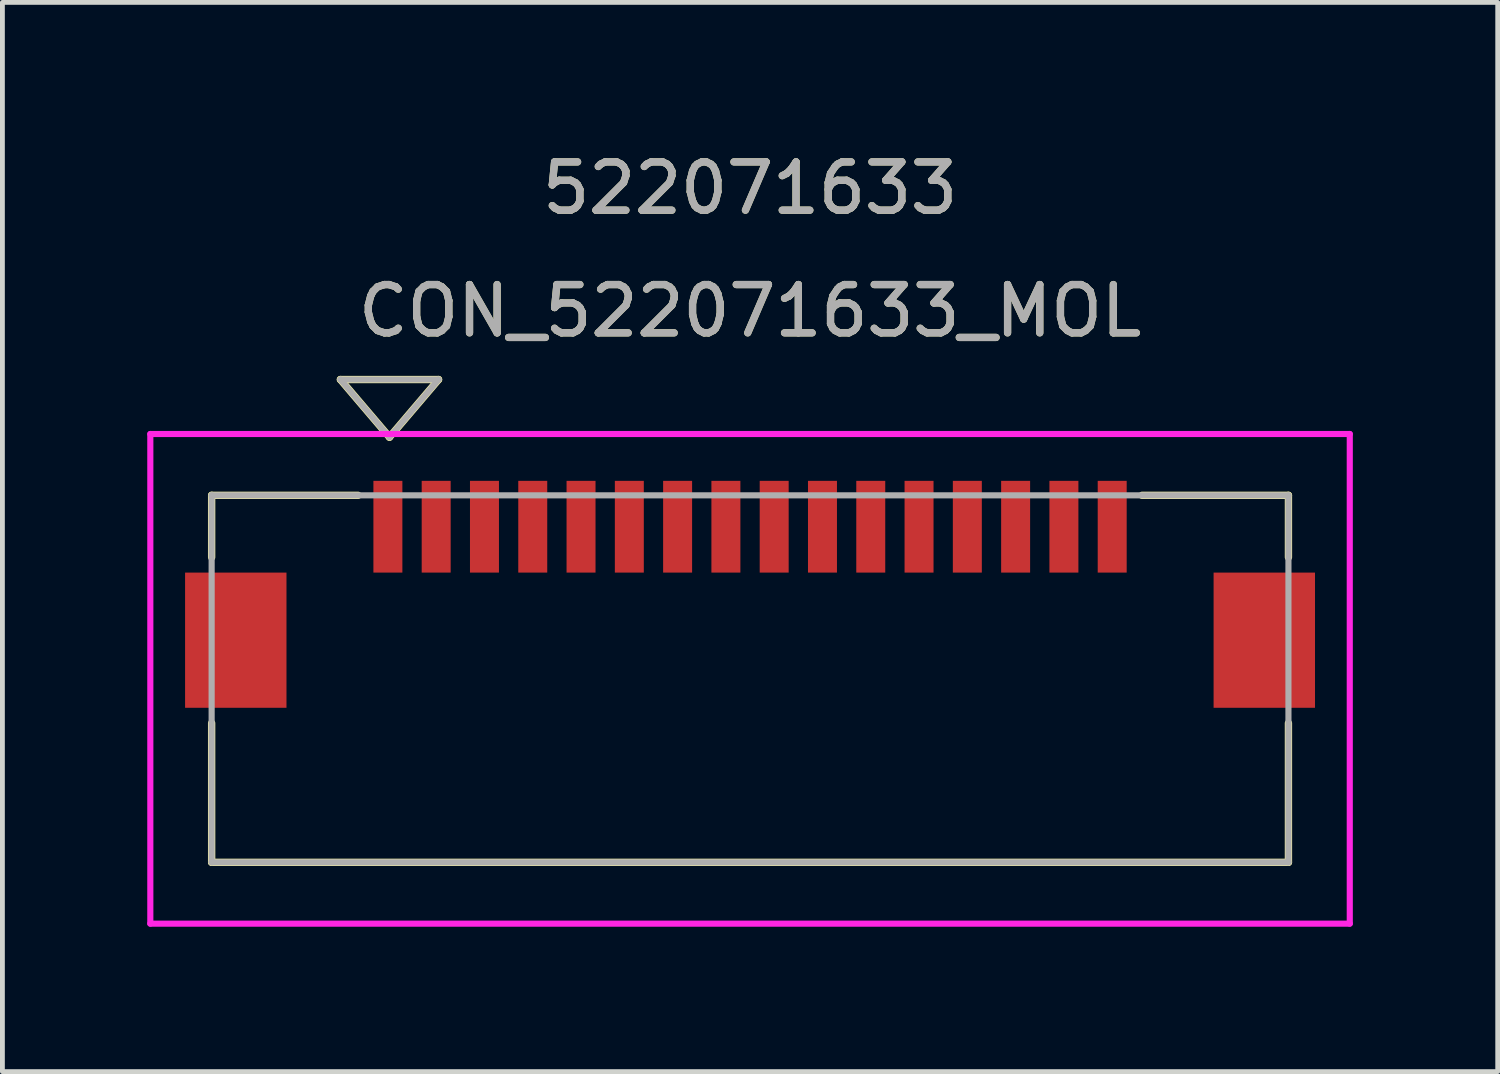
<source format=kicad_pcb>
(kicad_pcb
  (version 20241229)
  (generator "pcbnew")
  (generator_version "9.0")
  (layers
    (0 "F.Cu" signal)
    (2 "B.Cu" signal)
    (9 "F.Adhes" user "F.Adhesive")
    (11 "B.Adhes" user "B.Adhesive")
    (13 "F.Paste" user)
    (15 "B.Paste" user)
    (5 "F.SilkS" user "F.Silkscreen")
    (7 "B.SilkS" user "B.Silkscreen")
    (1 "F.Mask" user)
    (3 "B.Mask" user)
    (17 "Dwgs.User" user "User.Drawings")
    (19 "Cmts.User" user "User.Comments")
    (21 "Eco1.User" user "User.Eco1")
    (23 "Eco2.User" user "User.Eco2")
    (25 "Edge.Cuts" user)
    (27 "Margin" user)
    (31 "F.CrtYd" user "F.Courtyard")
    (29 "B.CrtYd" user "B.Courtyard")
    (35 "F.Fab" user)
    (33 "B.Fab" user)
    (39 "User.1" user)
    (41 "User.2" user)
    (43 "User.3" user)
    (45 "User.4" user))
  (footprint "CON_522071633_MOL"
    (layer "F.Cu")
    (at 12.483 11.008)
    (property "Reference" "CON_522071633_MOL" (at 0 -7.62 0) (unlocked yes) (layer "F.SilkS") (effects (font (size 1 1) (thickness 0.15))))
    (attr smd)
    (fp_line (start -11.15 -3.8) (end -11.15 -2.517) (stroke (width 0.152) (type solid)) (layer "F.SilkS"))
    (fp_line (start -11.15 0.918) (end -11.15 3.8) (stroke (width 0.152) (type solid)) (layer "F.SilkS"))
    (fp_line (start -11.15 3.8) (end 11.15 3.8) (stroke (width 0.152) (type solid)) (layer "F.SilkS"))
    (fp_line (start -8.483 -6.198) (end -7.467 -5.004) (stroke (width 0.152) (type solid)) (layer "F.SilkS"))
    (fp_line (start -8.483 -6.198) (end -6.451 -6.198) (stroke (width 0.152) (type solid)) (layer "F.SilkS"))
    (fp_line (start -8.117 -3.8) (end -11.15 -3.8) (stroke (width 0.152) (type solid)) (layer "F.SilkS"))
    (fp_line (start -6.451 -6.198) (end -7.467 -5.004) (stroke (width 0.152) (type solid)) (layer "F.SilkS"))
    (fp_line (start 11.15 -3.8) (end 8.118 -3.8) (stroke (width 0.152) (type solid)) (layer "F.SilkS"))
    (fp_line (start 11.15 -2.517) (end 11.15 -3.8) (stroke (width 0.152) (type solid)) (layer "F.SilkS"))
    (fp_line (start 11.15 3.8) (end 11.15 0.918) (stroke (width 0.152) (type solid)) (layer "F.SilkS"))
    (fp_line (start -12.42 -5.07) (end -12.42 5.07) (stroke (width 0.127) (type solid)) (layer "F.CrtYd"))
    (fp_line (start -12.42 5.07) (end 12.42 5.07) (stroke (width 0.127) (type solid)) (layer "F.CrtYd"))
    (fp_line (start 12.42 -5.07) (end -12.42 -5.07) (stroke (width 0.127) (type solid)) (layer "F.CrtYd"))
    (fp_line (start 12.42 5.07) (end 12.42 -5.07) (stroke (width 0.127) (type solid)) (layer "F.CrtYd"))
    (fp_line (start -11.15 -3.8) (end -11.15 3.8) (stroke (width 0.127) (type solid)) (layer "F.Fab"))
    (fp_line (start -11.15 3.8) (end 11.15 3.8) (stroke (width 0.127) (type solid)) (layer "F.Fab"))
    (fp_line (start -8.483 -6.198) (end -7.467 -5.004) (stroke (width 0.127) (type solid)) (layer "F.Fab"))
    (fp_line (start -8.483 -6.198) (end -6.451 -6.198) (stroke (width 0.127) (type solid)) (layer "F.Fab"))
    (fp_line (start -6.451 -6.198) (end -7.467 -5.004) (stroke (width 0.127) (type solid)) (layer "F.Fab"))
    (fp_line (start 11.15 -3.8) (end -11.15 -3.8) (stroke (width 0.127) (type solid)) (layer "F.Fab"))
    (fp_line (start 11.15 3.8) (end 11.15 -3.8) (stroke (width 0.127) (type solid)) (layer "F.Fab"))
    (fp_text user "522071633" (at 0 -10.16 0) (unlocked yes) (layer "F.SilkS") (effects (font (size 1 1) (thickness 0.15))))
    (fp_text user "${REFERENCE}" (at 0 -7.62 0) (unlocked yes) (layer "F.Fab") (effects (font (size 1 1) (thickness 0.15))))
    (fp_text user "522071633" (at 0 -10.16 0) (unlocked yes) (layer "F.Fab") (effects (font (size 1 1) (thickness 0.15))))
    (pad "1" smd rect (at -7.5 -3.15) (size 0.6 1.9) (layers "F.Cu" "F.Mask" "F.Paste"))
    (pad "2" smd rect (at -6.5 -3.15) (size 0.6 1.9) (layers "F.Cu" "F.Mask" "F.Paste"))
    (pad "3" smd rect (at -5.5 -3.15) (size 0.6 1.9) (layers "F.Cu" "F.Mask" "F.Paste"))
    (pad "4" smd rect (at -4.5 -3.15) (size 0.6 1.9) (layers "F.Cu" "F.Mask" "F.Paste"))
    (pad "5" smd rect (at -3.5 -3.15) (size 0.6 1.9) (layers "F.Cu" "F.Mask" "F.Paste"))
    (pad "6" smd rect (at -2.5 -3.15) (size 0.6 1.9) (layers "F.Cu" "F.Mask" "F.Paste"))
    (pad "7" smd rect (at -1.5 -3.15) (size 0.6 1.9) (layers "F.Cu" "F.Mask" "F.Paste"))
    (pad "8" smd rect (at -0.5 -3.15) (size 0.6 1.9) (layers "F.Cu" "F.Mask" "F.Paste"))
    (pad "9" smd rect (at 0.5 -3.15) (size 0.6 1.9) (layers "F.Cu" "F.Mask" "F.Paste"))
    (pad "10" smd rect (at 1.5 -3.15) (size 0.6 1.9) (layers "F.Cu" "F.Mask" "F.Paste"))
    (pad "11" smd rect (at 2.5 -3.15) (size 0.6 1.9) (layers "F.Cu" "F.Mask" "F.Paste"))
    (pad "12" smd rect (at 3.5 -3.15) (size 0.6 1.9) (layers "F.Cu" "F.Mask" "F.Paste"))
    (pad "13" smd rect (at 4.5 -3.15) (size 0.6 1.9) (layers "F.Cu" "F.Mask" "F.Paste"))
    (pad "14" smd rect (at 5.5 -3.15) (size 0.6 1.9) (layers "F.Cu" "F.Mask" "F.Paste"))
    (pad "15" smd rect (at 6.5 -3.15) (size 0.6 1.9) (layers "F.Cu" "F.Mask" "F.Paste"))
    (pad "16" smd rect (at 7.5 -3.15) (size 0.6 1.9) (layers "F.Cu" "F.Mask" "F.Paste"))
    (pad "P1" smd rect (at -10.65 -0.8) (size 2.1 2.8) (layers "F.Cu" "F.Mask" "F.Paste"))
    (pad "P2" smd rect (at 10.65 -0.8) (size 2.1 2.8) (layers "F.Cu" "F.Mask" "F.Paste")))
  (gr_rect
    (start -3 -3)
    (end 27.967 19.142)
    (stroke (width 0.1) (type default))
    (fill no)
    (layer "Edge.Cuts")))
</source>
